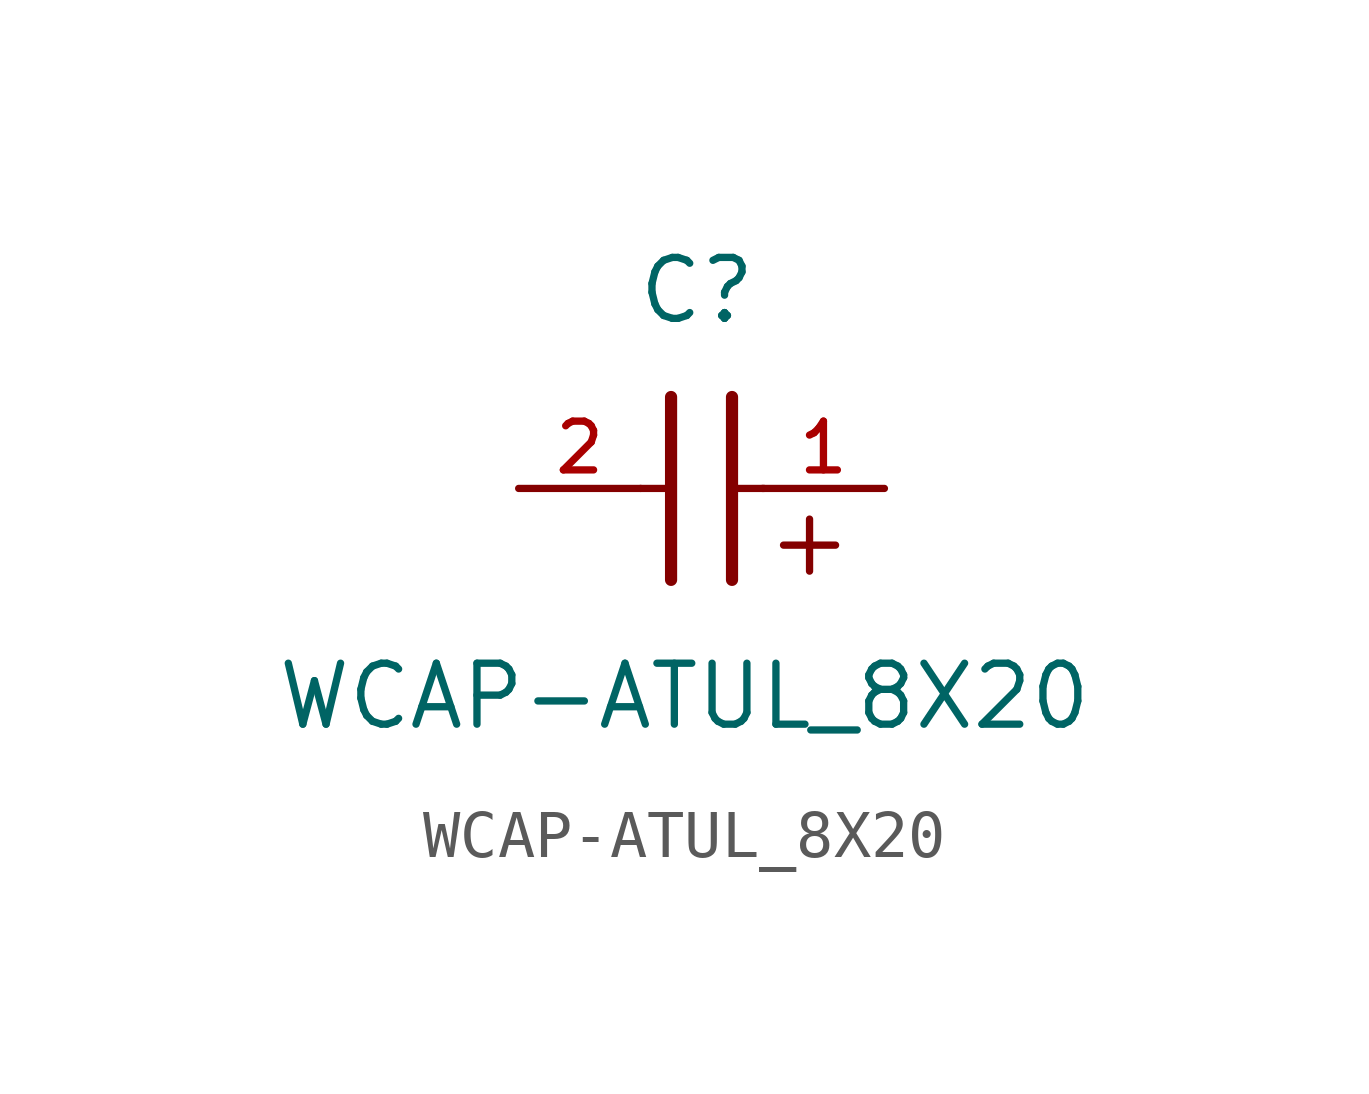
<source format=kicad_sym>
(kicad_symbol_lib
  (version 20211014)
  (generator kicad_symbol_editor)
  (symbol "WCAP-ATUL_8X20"
    (pin_names
      (offset 1.016))
    (property "Reference" "C"
      (at 1.175 3.38 0)
      (effects (font (size 1.27 1.27)) (justify bottom)))
    (property "Value" "WCAP-ATUL_8X20"
      (at 0.915 -5.075 0)
      (effects (font (size 1.27 1.27)) (justify bottom)))
    (symbol "WCAP-ATUL_8X20_0_0"
      (text "+" (at 2.54 -1.905 0) (effects (font (size 1.422 1.422)) (justify bottom left)))
      (polyline (pts (xy 1.905 1.905) (xy 1.905 -1.905)) (stroke (width 0.254)))
      (polyline (pts (xy 0.635 -1.905) (xy 0.635 1.905)) (stroke (width 0.254)))
      (polyline (pts (xy 0.0 0.0) (xy 0.643 0.0)) (stroke (width 0.152)))
      (polyline (pts (xy 1.928 0.0) (xy 2.57 0.0)) (stroke (width 0.152)))
      (pin passive line (at 5.08 0.0 180.0) (length 2.54) (name "~" (effects (font (size 1.016 1.016)))) (number "1" (effects (font (size 1.016 1.016)))))
      (pin passive line (at -2.54 0.0 0) (length 2.54) (name "~" (effects (font (size 1.016 1.016)))) (number "2" (effects (font (size 1.016 1.016))))))))
</source>
